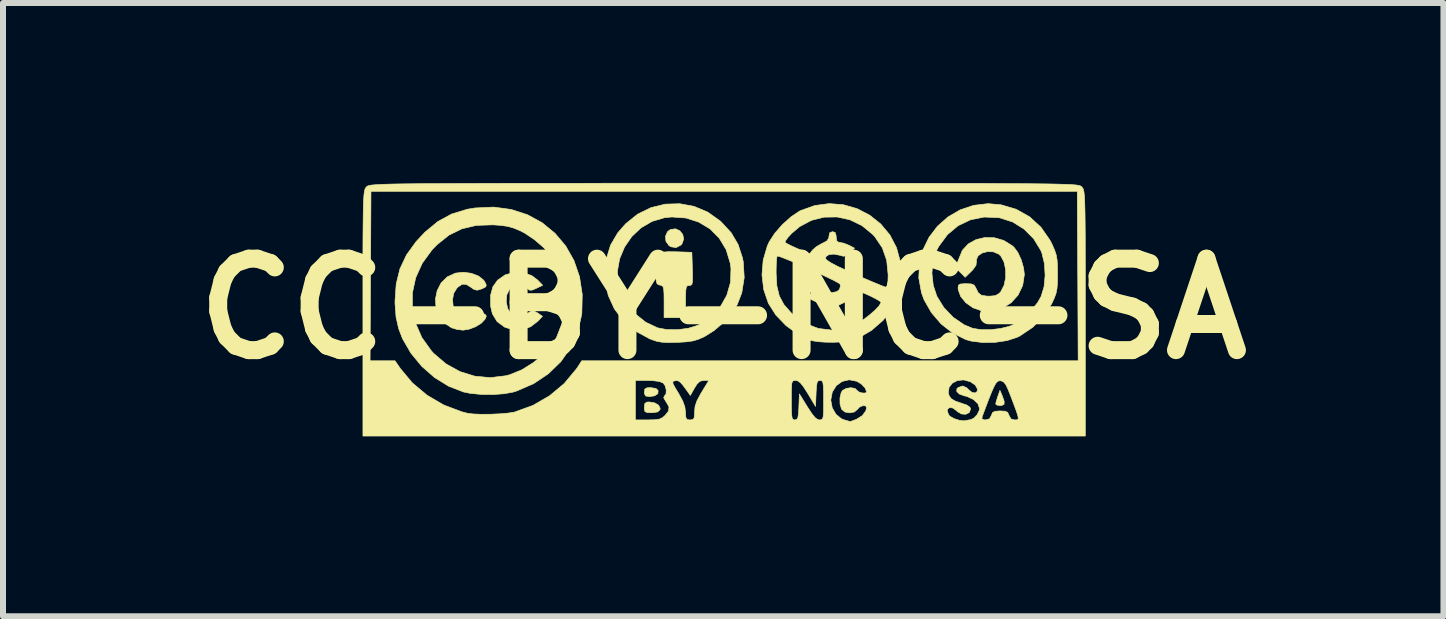
<source format=kicad_pcb>
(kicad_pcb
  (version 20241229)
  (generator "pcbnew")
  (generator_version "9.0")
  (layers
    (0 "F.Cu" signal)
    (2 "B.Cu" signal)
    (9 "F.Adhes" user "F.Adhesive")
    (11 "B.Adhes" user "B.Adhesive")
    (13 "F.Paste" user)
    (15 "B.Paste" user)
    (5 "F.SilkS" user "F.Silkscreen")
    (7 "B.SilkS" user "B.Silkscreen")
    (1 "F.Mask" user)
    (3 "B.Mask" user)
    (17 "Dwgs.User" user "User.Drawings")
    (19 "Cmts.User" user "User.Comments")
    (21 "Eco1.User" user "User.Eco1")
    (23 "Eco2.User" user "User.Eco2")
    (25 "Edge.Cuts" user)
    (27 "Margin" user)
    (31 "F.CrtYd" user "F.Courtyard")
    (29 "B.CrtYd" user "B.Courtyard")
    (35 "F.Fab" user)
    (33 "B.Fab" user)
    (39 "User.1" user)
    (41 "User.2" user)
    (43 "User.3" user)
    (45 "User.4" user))
  (footprint "CC-BY-NC-SA"
    (layer "F.Cu")
    (at 9.006 2.097)
    (property "Reference" "CC-BY-NC-SA" (at 0 0 0) (layer "F.SilkS") (effects (font (size 1.524 1.524) (thickness 0.3))))
    (attr through_hole)
    (fp_poly (pts (xy -1.121 1.329) (xy -1.085 1.363) (xy -1.09 1.416) (xy -1.145 1.452) (xy -1.233 1.464) (xy -1.293 1.454) (xy -1.314 1.414) (xy -1.315 1.39) (xy -1.307 1.339) (xy -1.272 1.318) (xy -1.209 1.315) (xy -1.121 1.329)) (stroke (width 0.01) (type solid)) (fill yes) (layer "F.SilkS"))
    (fp_poly (pts (xy 4.651 1.45) (xy 4.683 1.541) (xy 4.682 1.592) (xy 4.644 1.612) (xy 4.617 1.614) (xy 4.561 1.605) (xy 4.542 1.588) (xy 4.551 1.545) (xy 4.574 1.473) (xy 4.577 1.462) (xy 4.613 1.36) (xy 4.651 1.45)) (stroke (width 0.01) (type solid)) (fill yes) (layer "F.SilkS"))
    (fp_poly (pts (xy -0.725 -1.301) (xy -0.675 -1.239) (xy -0.659 -1.161) (xy -0.687 -1.083) (xy -0.704 -1.063) (xy -0.784 -1.02) (xy -0.871 -1.033) (xy -0.904 -1.053) (xy -0.955 -1.124) (xy -0.963 -1.208) (xy -0.93 -1.283) (xy -0.883 -1.32) (xy -0.797 -1.333) (xy -0.725 -1.301)) (stroke (width 0.01) (type solid)) (fill yes) (layer "F.SilkS"))
    (fp_poly (pts (xy -1.141 1.569) (xy -1.076 1.609) (xy -1.051 1.662) (xy -1.055 1.684) (xy -1.094 1.72) (xy -1.18 1.733) (xy -1.194 1.733) (xy -1.271 1.73) (xy -1.306 1.711) (xy -1.315 1.664) (xy -1.315 1.644) (xy -1.307 1.58) (xy -1.273 1.556) (xy -1.231 1.554) (xy -1.141 1.569)) (stroke (width 0.01) (type solid)) (fill yes) (layer "F.SilkS"))
    (fp_poly (pts (xy -0.787 -0.95) (xy -0.523 -0.941) (xy -0.514 -0.665) (xy -0.511 -0.535) (xy -0.513 -0.454) (xy -0.521 -0.41) (xy -0.539 -0.392) (xy -0.567 -0.388) (xy -0.596 -0.384) (xy -0.614 -0.364) (xy -0.623 -0.316) (xy -0.627 -0.229) (xy -0.628 -0.12) (xy -0.628 0.149) (xy -0.986 0.149) (xy -0.986 -0.117) (xy -0.987 -0.245) (xy -0.992 -0.324) (xy -1.003 -0.367) (xy -1.024 -0.387) (xy -1.053 -0.394) (xy -1.087 -0.403) (xy -1.108 -0.427) (xy -1.119 -0.479) (xy -1.126 -0.571) (xy -1.129 -0.645) (xy -1.131 -0.779) (xy -1.123 -0.864) (xy -1.105 -0.912) (xy -1.095 -0.923) (xy -1.036 -0.942) (xy -0.921 -0.951) (xy -0.787 -0.95)) (stroke (width 0.01) (type solid)) (fill yes) (layer "F.SilkS"))
    (fp_poly (pts (xy -3.335 -0.603) (xy -3.192 -0.553) (xy -3.092 -0.477) (xy -3.01 -0.391) (xy -3.115 -0.341) (xy -3.185 -0.311) (xy -3.228 -0.31) (xy -3.27 -0.342) (xy -3.286 -0.357) (xy -3.369 -0.404) (xy -3.462 -0.397) (xy -3.55 -0.339) (xy -3.563 -0.324) (xy -3.608 -0.23) (xy -3.617 -0.114) (xy -3.592 -0.001) (xy -3.542 0.076) (xy -3.456 0.137) (xy -3.37 0.14) (xy -3.279 0.09) (xy -3.211 0.043) (xy -3.16 0.035) (xy -3.1 0.066) (xy -3.082 0.078) (xy -3.014 0.126) (xy -3.083 0.201) (xy -3.211 0.3) (xy -3.361 0.35) (xy -3.519 0.348) (xy -3.644 0.306) (xy -3.77 0.213) (xy -3.848 0.084) (xy -3.877 -0.04) (xy -3.879 -0.222) (xy -3.84 -0.366) (xy -3.762 -0.476) (xy -3.635 -0.565) (xy -3.488 -0.607) (xy -3.335 -0.603)) (stroke (width 0.01) (type solid)) (fill yes) (layer "F.SilkS"))
    (fp_poly (pts (xy -4.198 -0.591) (xy -4.079 -0.545) (xy -3.993 -0.476) (xy -3.975 -0.45) (xy -3.95 -0.396) (xy -3.958 -0.366) (xy -4.009 -0.339) (xy -4.033 -0.329) (xy -4.101 -0.309) (xy -4.156 -0.323) (xy -4.201 -0.355) (xy -4.284 -0.407) (xy -4.352 -0.409) (xy -4.423 -0.361) (xy -4.439 -0.345) (xy -4.493 -0.258) (xy -4.512 -0.153) (xy -4.502 -0.045) (xy -4.464 0.052) (xy -4.403 0.122) (xy -4.323 0.149) (xy -4.32 0.149) (xy -4.248 0.131) (xy -4.173 0.088) (xy -4.111 0.048) (xy -4.059 0.048) (xy -4.027 0.062) (xy -3.967 0.096) (xy -3.949 0.121) (xy -3.963 0.159) (xy -3.973 0.177) (xy -4.033 0.241) (xy -4.129 0.3) (xy -4.24 0.342) (xy -4.339 0.357) (xy -4.441 0.344) (xy -4.529 0.317) (xy -4.655 0.233) (xy -4.741 0.118) (xy -4.788 -0.018) (xy -4.797 -0.162) (xy -4.768 -0.303) (xy -4.703 -0.43) (xy -4.601 -0.531) (xy -4.465 -0.594) (xy -4.333 -0.609) (xy -4.198 -0.591)) (stroke (width 0.01) (type solid)) (fill yes) (layer "F.SilkS"))
    (fp_poly (pts (xy 4.52 -1.184) (xy 4.676 -1.139) (xy 4.818 -1.051) (xy 4.849 -1.023) (xy 4.913 -0.936) (xy 4.969 -0.813) (xy 5.007 -0.679) (xy 5.02 -0.57) (xy 4.992 -0.388) (xy 4.916 -0.229) (xy 4.8 -0.101) (xy 4.653 -0.009) (xy 4.483 0.037) (xy 4.3 0.031) (xy 4.298 0.031) (xy 4.162 -0.017) (xy 4.045 -0.1) (xy 3.959 -0.204) (xy 3.917 -0.319) (xy 3.915 -0.351) (xy 3.921 -0.393) (xy 3.952 -0.412) (xy 4.023 -0.418) (xy 4.05 -0.418) (xy 4.136 -0.414) (xy 4.183 -0.394) (xy 4.211 -0.349) (xy 4.216 -0.337) (xy 4.253 -0.264) (xy 4.306 -0.225) (xy 4.393 -0.211) (xy 4.443 -0.21) (xy 4.537 -0.219) (xy 4.6 -0.255) (xy 4.628 -0.286) (xy 4.682 -0.392) (xy 4.709 -0.522) (xy 4.707 -0.659) (xy 4.679 -0.784) (xy 4.626 -0.881) (xy 4.594 -0.91) (xy 4.505 -0.949) (xy 4.407 -0.953) (xy 4.317 -0.93) (xy 4.249 -0.883) (xy 4.22 -0.818) (xy 4.221 -0.79) (xy 4.214 -0.725) (xy 4.162 -0.651) (xy 4.134 -0.623) (xy 4.033 -0.525) (xy 3.922 -0.636) (xy 3.86 -0.704) (xy 3.844 -0.739) (xy 3.86 -0.747) (xy 3.905 -0.775) (xy 3.93 -0.837) (xy 3.987 -0.976) (xy 4.086 -1.082) (xy 4.215 -1.153) (xy 4.363 -1.188) (xy 4.52 -1.184)) (stroke (width 0.01) (type solid)) (fill yes) (layer "F.SilkS"))
    (fp_poly (pts (xy -0.486 -1.707) (xy -0.258 -1.611) (xy -0.051 -1.464) (xy -0.035 -1.449) (xy 0.133 -1.267) (xy 0.248 -1.072) (xy 0.32 -0.852) (xy 0.334 -0.784) (xy 0.35 -0.519) (xy 0.309 -0.264) (xy 0.233 -0.068) (xy 0.137 0.082) (xy 0.001 0.233) (xy -0.156 0.366) (xy -0.316 0.466) (xy -0.317 0.466) (xy -0.414 0.509) (xy -0.505 0.536) (xy -0.61 0.551) (xy -0.752 0.56) (xy -0.776 0.56) (xy -0.921 0.563) (xy -1.026 0.557) (xy -1.113 0.541) (xy -1.2 0.511) (xy -1.231 0.498) (xy -1.467 0.37) (xy -1.663 0.202) (xy -1.814 0.003) (xy -1.917 -0.223) (xy -1.967 -0.47) (xy -1.971 -0.568) (xy -1.966 -0.625) (xy -1.764 -0.625) (xy -1.75 -0.416) (xy -1.719 -0.302) (xy -1.618 -0.098) (xy -1.472 0.081) (xy -1.292 0.224) (xy -1.094 0.318) (xy -0.941 0.347) (xy -0.763 0.349) (xy -0.585 0.326) (xy -0.432 0.279) (xy -0.41 0.269) (xy -0.21 0.138) (xy -0.051 -0.029) (xy 0.06 -0.225) (xy 0.122 -0.443) (xy 0.129 -0.673) (xy 0.117 -0.759) (xy 0.049 -0.984) (xy -0.066 -1.176) (xy -0.221 -1.332) (xy -0.409 -1.445) (xy -0.622 -1.513) (xy -0.856 -1.53) (xy -0.978 -1.518) (xy -1.185 -1.457) (xy -1.369 -1.35) (xy -1.524 -1.204) (xy -1.645 -1.028) (xy -1.727 -0.833) (xy -1.764 -0.625) (xy -1.966 -0.625) (xy -1.949 -0.829) (xy -1.879 -1.059) (xy -1.758 -1.266) (xy -1.626 -1.417) (xy -1.427 -1.577) (xy -1.204 -1.686) (xy -0.967 -1.744) (xy -0.725 -1.751) (xy -0.486 -1.707)) (stroke (width 0.01) (type solid)) (fill yes) (layer "F.SilkS"))
    (fp_poly (pts (xy 4.633 -1.733) (xy 4.885 -1.658) (xy 5.107 -1.533) (xy 5.296 -1.36) (xy 5.447 -1.143) (xy 5.481 -1.076) (xy 5.524 -0.979) (xy 5.551 -0.897) (xy 5.566 -0.811) (xy 5.572 -0.7) (xy 5.573 -0.582) (xy 5.572 -0.44) (xy 5.564 -0.337) (xy 5.548 -0.256) (xy 5.518 -0.175) (xy 5.475 -0.083) (xy 5.341 0.126) (xy 5.161 0.308) (xy 4.95 0.45) (xy 4.901 0.475) (xy 4.733 0.53) (xy 4.533 0.56) (xy 4.325 0.563) (xy 4.133 0.539) (xy 4.044 0.514) (xy 3.828 0.407) (xy 3.633 0.254) (xy 3.47 0.064) (xy 3.348 -0.15) (xy 3.305 -0.267) (xy 3.26 -0.514) (xy 3.264 -0.592) (xy 3.479 -0.592) (xy 3.501 -0.391) (xy 3.561 -0.209) (xy 3.678 -0.02) (xy 3.834 0.143) (xy 4.016 0.267) (xy 4.158 0.326) (xy 4.292 0.348) (xy 4.455 0.349) (xy 4.623 0.329) (xy 4.771 0.292) (xy 4.822 0.271) (xy 4.974 0.175) (xy 5.119 0.046) (xy 5.239 -0.1) (xy 5.298 -0.203) (xy 5.348 -0.365) (xy 5.366 -0.555) (xy 5.355 -0.75) (xy 5.313 -0.926) (xy 5.295 -0.971) (xy 5.175 -1.167) (xy 5.015 -1.328) (xy 4.826 -1.446) (xy 4.616 -1.514) (xy 4.594 -1.518) (xy 4.349 -1.529) (xy 4.122 -1.483) (xy 3.916 -1.385) (xy 3.738 -1.236) (xy 3.593 -1.04) (xy 3.551 -0.961) (xy 3.495 -0.789) (xy 3.479 -0.592) (xy 3.264 -0.592) (xy 3.27 -0.755) (xy 3.329 -0.982) (xy 3.431 -1.191) (xy 3.572 -1.376) (xy 3.746 -1.53) (xy 3.948 -1.648) (xy 4.173 -1.724) (xy 4.415 -1.752) (xy 4.633 -1.733)) (stroke (width 0.01) (type solid)) (fill yes) (layer "F.SilkS"))
    (fp_poly (pts (xy -3.533 -1.655) (xy -3.262 -1.567) (xy -3.017 -1.433) (xy -2.804 -1.258) (xy -2.626 -1.047) (xy -2.488 -0.804) (xy -2.395 -0.533) (xy -2.35 -0.238) (xy -2.357 0.076) (xy -2.361 0.104) (xy -2.425 0.386) (xy -2.542 0.647) (xy -2.707 0.882) (xy -2.915 1.084) (xy -3.16 1.248) (xy -3.438 1.369) (xy -3.494 1.387) (xy -3.647 1.416) (xy -3.835 1.43) (xy -4.033 1.428) (xy -4.218 1.41) (xy -4.33 1.387) (xy -4.578 1.291) (xy -4.814 1.145) (xy -5.027 0.958) (xy -5.207 0.739) (xy -5.346 0.499) (xy -5.41 0.333) (xy -5.454 0.138) (xy -5.465 -0.011) (xy -5.182 -0.011) (xy -5.129 0.24) (xy -5.023 0.481) (xy -4.864 0.703) (xy -4.827 0.744) (xy -4.621 0.919) (xy -4.389 1.047) (xy -4.14 1.124) (xy -3.882 1.148) (xy -3.625 1.117) (xy -3.556 1.099) (xy -3.354 1.016) (xy -3.158 0.893) (xy -2.982 0.744) (xy -2.841 0.58) (xy -2.78 0.481) (xy -2.677 0.216) (xy -2.632 -0.057) (xy -2.646 -0.333) (xy -2.717 -0.604) (xy -2.783 -0.754) (xy -2.871 -0.886) (xy -2.998 -1.024) (xy -3.148 -1.153) (xy -3.304 -1.258) (xy -3.373 -1.295) (xy -3.489 -1.344) (xy -3.595 -1.374) (xy -3.716 -1.391) (xy -3.84 -1.399) (xy -4.115 -1.39) (xy -4.356 -1.333) (xy -4.573 -1.227) (xy -4.772 -1.067) (xy -4.855 -0.981) (xy -5.017 -0.759) (xy -5.126 -0.518) (xy -5.181 -0.266) (xy -5.182 -0.011) (xy -5.465 -0.011) (xy -5.471 -0.085) (xy -5.471 -0.134) (xy -5.451 -0.415) (xy -5.389 -0.666) (xy -5.28 -0.897) (xy -5.12 -1.119) (xy -4.974 -1.275) (xy -4.758 -1.454) (xy -4.526 -1.58) (xy -4.266 -1.659) (xy -4.14 -1.68) (xy -3.827 -1.695) (xy -3.533 -1.655)) (stroke (width 0.01) (type solid)) (fill yes) (layer "F.SilkS"))
    (fp_poly (pts (xy 2.005 -1.734) (xy 2.233 -1.668) (xy 2.442 -1.56) (xy 2.626 -1.413) (xy 2.778 -1.231) (xy 2.889 -1.018) (xy 2.954 -0.778) (xy 2.956 -0.761) (xy 2.964 -0.494) (xy 2.916 -0.243) (xy 2.817 -0.013) (xy 2.668 0.19) (xy 2.474 0.359) (xy 2.301 0.46) (xy 2.194 0.507) (xy 2.1 0.536) (xy 1.997 0.551) (xy 1.861 0.558) (xy 1.838 0.559) (xy 1.701 0.557) (xy 1.576 0.548) (xy 1.483 0.533) (xy 1.464 0.528) (xy 1.247 0.426) (xy 1.046 0.28) (xy 0.876 0.103) (xy 0.752 -0.093) (xy 0.752 -0.094) (xy 0.675 -0.32) (xy 0.646 -0.564) (xy 0.648 -0.588) (xy 0.882 -0.588) (xy 0.894 -0.381) (xy 0.935 -0.213) (xy 1.012 -0.069) (xy 1.132 0.067) (xy 1.174 0.107) (xy 1.369 0.245) (xy 1.583 0.328) (xy 1.809 0.356) (xy 2.038 0.327) (xy 2.14 0.295) (xy 2.229 0.251) (xy 2.332 0.185) (xy 2.436 0.106) (xy 2.528 0.026) (xy 2.597 -0.046) (xy 2.629 -0.1) (xy 2.63 -0.107) (xy 2.605 -0.131) (xy 2.54 -0.168) (xy 2.454 -0.212) (xy 2.362 -0.253) (xy 2.28 -0.285) (xy 2.227 -0.299) (xy 2.224 -0.299) (xy 2.189 -0.275) (xy 2.156 -0.221) (xy 2.098 -0.153) (xy 2.004 -0.098) (xy 2.002 -0.097) (xy 1.924 -0.06) (xy 1.89 -0.019) (xy 1.883 0.034) (xy 1.872 0.098) (xy 1.834 0.119) (xy 1.823 0.12) (xy 1.779 0.105) (xy 1.764 0.053) (xy 1.763 0.03) (xy 1.752 -0.038) (xy 1.714 -0.06) (xy 1.713 -0.06) (xy 1.657 -0.072) (xy 1.573 -0.104) (xy 1.531 -0.123) (xy 1.4 -0.187) (xy 1.483 -0.272) (xy 1.539 -0.326) (xy 1.578 -0.34) (xy 1.622 -0.321) (xy 1.633 -0.314) (xy 1.719 -0.278) (xy 1.814 -0.269) (xy 1.895 -0.286) (xy 1.939 -0.323) (xy 1.954 -0.382) (xy 1.947 -0.411) (xy 1.914 -0.434) (xy 1.838 -0.475) (xy 1.728 -0.528) (xy 1.597 -0.59) (xy 1.452 -0.656) (xy 1.306 -0.721) (xy 1.168 -0.78) (xy 1.048 -0.829) (xy 0.958 -0.864) (xy 0.906 -0.879) (xy 0.899 -0.879) (xy 0.891 -0.843) (xy 0.885 -0.762) (xy 0.882 -0.65) (xy 0.882 -0.588) (xy 0.648 -0.588) (xy 0.666 -0.811) (xy 0.735 -1.046) (xy 0.763 -1.107) (xy 1.03 -1.107) (xy 1.062 -1.086) (xy 1.135 -1.049) (xy 1.232 -1.005) (xy 1.242 -1.001) (xy 1.442 -0.917) (xy 1.49 -0.98) (xy 1.55 -1.033) (xy 1.635 -1.083) (xy 1.651 -1.09) (xy 1.728 -1.131) (xy 1.76 -1.179) (xy 1.763 -1.211) (xy 1.777 -1.269) (xy 1.823 -1.285) (xy 1.867 -1.271) (xy 1.882 -1.218) (xy 1.883 -1.195) (xy 1.892 -1.13) (xy 1.927 -1.107) (xy 1.944 -1.106) (xy 2.013 -1.092) (xy 2.094 -1.059) (xy 2.097 -1.058) (xy 2.189 -1.01) (xy 2.114 -0.935) (xy 2.056 -0.885) (xy 2.004 -0.875) (xy 1.942 -0.892) (xy 1.845 -0.911) (xy 1.763 -0.903) (xy 1.713 -0.87) (xy 1.704 -0.841) (xy 1.725 -0.812) (xy 1.791 -0.768) (xy 1.905 -0.708) (xy 2.07 -0.631) (xy 2.19 -0.577) (xy 2.349 -0.507) (xy 2.49 -0.447) (xy 2.604 -0.4) (xy 2.682 -0.369) (xy 2.712 -0.36) (xy 2.733 -0.381) (xy 2.746 -0.449) (xy 2.749 -0.567) (xy 2.725 -0.807) (xy 2.652 -1.016) (xy 2.527 -1.201) (xy 2.493 -1.238) (xy 2.314 -1.385) (xy 2.112 -1.483) (xy 1.899 -1.53) (xy 1.682 -1.527) (xy 1.47 -1.474) (xy 1.275 -1.37) (xy 1.139 -1.255) (xy 1.075 -1.184) (xy 1.037 -1.13) (xy 1.03 -1.107) (xy 0.763 -1.107) (xy 0.766 -1.114) (xy 0.859 -1.258) (xy 0.987 -1.404) (xy 1.131 -1.533) (xy 1.272 -1.628) (xy 1.288 -1.636) (xy 1.526 -1.721) (xy 1.767 -1.753) (xy 2.005 -1.734)) (stroke (width 0.01) (type solid)) (fill yes) (layer "F.SilkS"))
    (fp_poly (pts (xy 0.713 -2.092) (xy 1.354 -2.092) (xy 1.939 -2.092) (xy 2.473 -2.091) (xy 2.957 -2.091) (xy 3.393 -2.091) (xy 3.784 -2.09) (xy 4.133 -2.09) (xy 4.443 -2.089) (xy 4.714 -2.087) (xy 4.951 -2.086) (xy 5.155 -2.084) (xy 5.329 -2.082) (xy 5.476 -2.08) (xy 5.598 -2.077) (xy 5.697 -2.074) (xy 5.776 -2.071) (xy 5.837 -2.067) (xy 5.884 -2.063) (xy 5.917 -2.058) (xy 5.941 -2.052) (xy 5.957 -2.047) (xy 5.967 -2.04) (xy 5.975 -2.033) (xy 5.976 -2.032) (xy 5.988 -2.019) (xy 5.998 -2.002) (xy 6.007 -1.978) (xy 6.014 -1.94) (xy 6.02 -1.887) (xy 6.025 -1.812) (xy 6.028 -1.712) (xy 6.031 -1.583) (xy 6.033 -1.42) (xy 6.035 -1.218) (xy 6.035 -0.975) (xy 6.036 -0.684) (xy 6.036 -0.343) (xy 6.036 0.054) (xy 6.036 2.122) (xy -6.006 2.122) (xy -6.006 0.867) (xy -5.887 0.867) (xy -5.471 0.867) (xy -5.384 0.994) (xy -5.182 1.236) (xy -4.937 1.441) (xy -4.659 1.604) (xy -4.356 1.718) (xy -4.258 1.743) (xy -4.165 1.754) (xy -4.031 1.759) (xy -3.877 1.758) (xy -3.721 1.751) (xy -3.583 1.739) (xy -3.482 1.723) (xy -3.476 1.721) (xy -3.172 1.611) (xy -2.894 1.45) (xy -2.65 1.246) (xy -2.608 1.195) (xy -1.464 1.195) (xy -1.464 1.853) (xy -1.254 1.853) (xy -1.137 1.85) (xy -1.062 1.839) (xy -1.01 1.814) (xy -0.97 1.779) (xy -0.911 1.704) (xy -0.904 1.636) (xy -0.948 1.557) (xy -0.956 1.546) (xy -0.992 1.486) (xy -0.983 1.458) (xy -0.954 1.422) (xy -0.95 1.356) (xy -0.967 1.286) (xy -1.003 1.235) (xy -1.029 1.226) (xy -0.843 1.226) (xy -0.83 1.265) (xy -0.79 1.336) (xy -0.748 1.404) (xy -0.676 1.535) (xy -0.639 1.639) (xy -0.629 1.726) (xy -0.624 1.806) (xy -0.607 1.843) (xy -0.566 1.853) (xy -0.553 1.853) (xy -0.507 1.847) (xy -0.485 1.82) (xy -0.478 1.754) (xy -0.478 1.719) (xy -0.469 1.626) (xy -0.437 1.532) (xy -0.432 1.524) (xy 1.136 1.524) (xy 1.136 1.668) (xy 1.14 1.762) (xy 1.148 1.818) (xy 1.162 1.844) (xy 1.184 1.852) (xy 1.194 1.853) (xy 1.225 1.846) (xy 1.243 1.819) (xy 1.254 1.757) (xy 1.261 1.65) (xy 1.261 1.636) (xy 1.27 1.419) (xy 1.404 1.636) (xy 1.478 1.749) (xy 1.534 1.817) (xy 1.58 1.848) (xy 1.606 1.853) (xy 1.635 1.85) (xy 1.655 1.836) (xy 1.666 1.8) (xy 1.672 1.731) (xy 1.673 1.62) (xy 1.673 1.524) (xy 1.793 1.524) (xy 1.817 1.651) (xy 1.88 1.76) (xy 1.971 1.834) (xy 2.008 1.849) (xy 2.077 1.869) (xy 2.114 1.879) (xy 2.115 1.88) (xy 2.145 1.871) (xy 2.209 1.847) (xy 2.225 1.84) (xy 2.319 1.781) (xy 2.378 1.701) (xy 2.378 1.7) (xy 3.735 1.7) (xy 3.757 1.766) (xy 3.778 1.791) (xy 3.848 1.831) (xy 3.936 1.859) (xy 4.012 1.868) (xy 4.029 1.865) (xy 4.097 1.853) (xy 4.111 1.853) (xy 4.145 1.839) (xy 4.314 1.839) (xy 4.356 1.852) (xy 4.374 1.853) (xy 4.439 1.835) (xy 4.47 1.778) (xy 4.49 1.73) (xy 4.53 1.709) (xy 4.61 1.703) (xy 4.617 1.703) (xy 4.7 1.708) (xy 4.742 1.728) (xy 4.763 1.774) (xy 4.764 1.778) (xy 4.797 1.837) (xy 4.858 1.853) (xy 4.892 1.852) (xy 4.912 1.845) (xy 4.919 1.822) (xy 4.909 1.774) (xy 4.882 1.694) (xy 4.837 1.573) (xy 4.796 1.464) (xy 4.747 1.341) (xy 4.71 1.264) (xy 4.676 1.222) (xy 4.64 1.204) (xy 4.625 1.201) (xy 4.596 1.201) (xy 4.57 1.215) (xy 4.542 1.247) (xy 4.51 1.306) (xy 4.47 1.397) (xy 4.418 1.529) (xy 4.351 1.707) (xy 4.316 1.8) (xy 4.314 1.839) (xy 4.145 1.839) (xy 4.174 1.827) (xy 4.233 1.766) (xy 4.269 1.691) (xy 4.273 1.661) (xy 4.245 1.582) (xy 4.171 1.512) (xy 4.064 1.462) (xy 4.018 1.451) (xy 3.937 1.422) (xy 3.893 1.379) (xy 3.895 1.334) (xy 3.918 1.312) (xy 3.993 1.287) (xy 4.06 1.318) (xy 4.086 1.345) (xy 4.147 1.394) (xy 4.202 1.404) (xy 4.235 1.376) (xy 4.238 1.337) (xy 4.201 1.272) (xy 4.123 1.218) (xy 4.01 1.186) (xy 3.905 1.196) (xy 3.819 1.24) (xy 3.765 1.31) (xy 3.753 1.401) (xy 3.765 1.448) (xy 3.8 1.499) (xy 3.87 1.54) (xy 3.958 1.57) (xy 4.06 1.605) (xy 4.112 1.64) (xy 4.124 1.672) (xy 4.1 1.731) (xy 4.043 1.759) (xy 3.971 1.754) (xy 3.903 1.714) (xy 3.893 1.703) (xy 3.832 1.656) (xy 3.776 1.646) (xy 3.74 1.673) (xy 3.735 1.7) (xy 2.378 1.7) (xy 2.391 1.645) (xy 2.37 1.617) (xy 2.322 1.617) (xy 2.269 1.641) (xy 2.241 1.673) (xy 2.187 1.72) (xy 2.108 1.735) (xy 2.028 1.721) (xy 1.974 1.676) (xy 1.973 1.675) (xy 1.947 1.587) (xy 1.946 1.486) (xy 1.967 1.397) (xy 1.989 1.362) (xy 2.052 1.327) (xy 2.129 1.316) (xy 2.198 1.329) (xy 2.23 1.36) (xy 2.262 1.387) (xy 2.317 1.404) (xy 2.368 1.405) (xy 2.391 1.388) (xy 2.366 1.321) (xy 2.302 1.254) (xy 2.228 1.209) (xy 2.101 1.184) (xy 1.983 1.211) (xy 1.885 1.282) (xy 1.818 1.389) (xy 1.793 1.523) (xy 1.793 1.524) (xy 1.673 1.524) (xy 1.673 1.38) (xy 1.669 1.286) (xy 1.661 1.23) (xy 1.647 1.204) (xy 1.625 1.196) (xy 1.615 1.195) (xy 1.584 1.202) (xy 1.565 1.229) (xy 1.555 1.291) (xy 1.548 1.398) (xy 1.548 1.411) (xy 1.539 1.628) (xy 1.409 1.411) (xy 1.338 1.3) (xy 1.284 1.233) (xy 1.24 1.201) (xy 1.207 1.195) (xy 1.176 1.197) (xy 1.155 1.21) (xy 1.143 1.244) (xy 1.138 1.31) (xy 1.136 1.417) (xy 1.136 1.524) (xy -0.432 1.524) (xy -0.374 1.415) (xy -0.359 1.39) (xy -0.24 1.195) (xy -0.324 1.195) (xy -0.384 1.207) (xy -0.433 1.25) (xy -0.478 1.32) (xy -0.548 1.445) (xy -0.595 1.379) (xy -0.665 1.283) (xy -0.713 1.227) (xy -0.749 1.202) (xy -0.785 1.198) (xy -0.801 1.2) (xy -0.832 1.208) (xy -0.843 1.226) (xy -1.029 1.226) (xy -1.067 1.212) (xy -1.173 1.198) (xy -1.261 1.195) (xy -1.464 1.195) (xy -2.608 1.195) (xy -2.447 1.002) (xy -2.411 0.949) (xy -2.359 0.867) (xy 5.917 0.867) (xy 5.91 -0.545) (xy 5.902 -1.957) (xy -5.872 -1.957) (xy -5.887 0.867) (xy -6.006 0.867) (xy -6.006 0.075) (xy -6.006 -0.325) (xy -6.006 -0.669) (xy -6.006 -0.961) (xy -6.005 -1.207) (xy -6.003 -1.411) (xy -6.001 -1.576) (xy -5.999 -1.706) (xy -5.995 -1.808) (xy -5.99 -1.884) (xy -5.984 -1.938) (xy -5.977 -1.976) (xy -5.969 -2.001) (xy -5.959 -2.018) (xy -5.947 -2.031) (xy -5.947 -2.032) (xy -5.939 -2.039) (xy -5.929 -2.046) (xy -5.914 -2.051) (xy -5.892 -2.057) (xy -5.861 -2.062) (xy -5.817 -2.066) (xy -5.758 -2.07) (xy -5.682 -2.074) (xy -5.587 -2.077) (xy -5.469 -2.08) (xy -5.327 -2.082) (xy -5.158 -2.084) (xy -4.959 -2.086) (xy -4.728 -2.087) (xy -4.463 -2.088) (xy -4.161 -2.089) (xy -3.819 -2.09) (xy -3.435 -2.091) (xy -3.007 -2.091) (xy -2.532 -2.091) (xy -2.007 -2.092) (xy -1.43 -2.092) (xy -0.8 -2.092) (xy -0.112 -2.092) (xy 0.015 -2.092) (xy 0.713 -2.092)) (stroke (width 0.01) (type solid)) (fill yes) (layer "F.SilkS")))
  (gr_rect
    (start -3 -3)
    (end 21.012 7.223)
    (stroke (width 0.1) (type default))
    (fill no)
    (layer "Edge.Cuts")))
</source>
